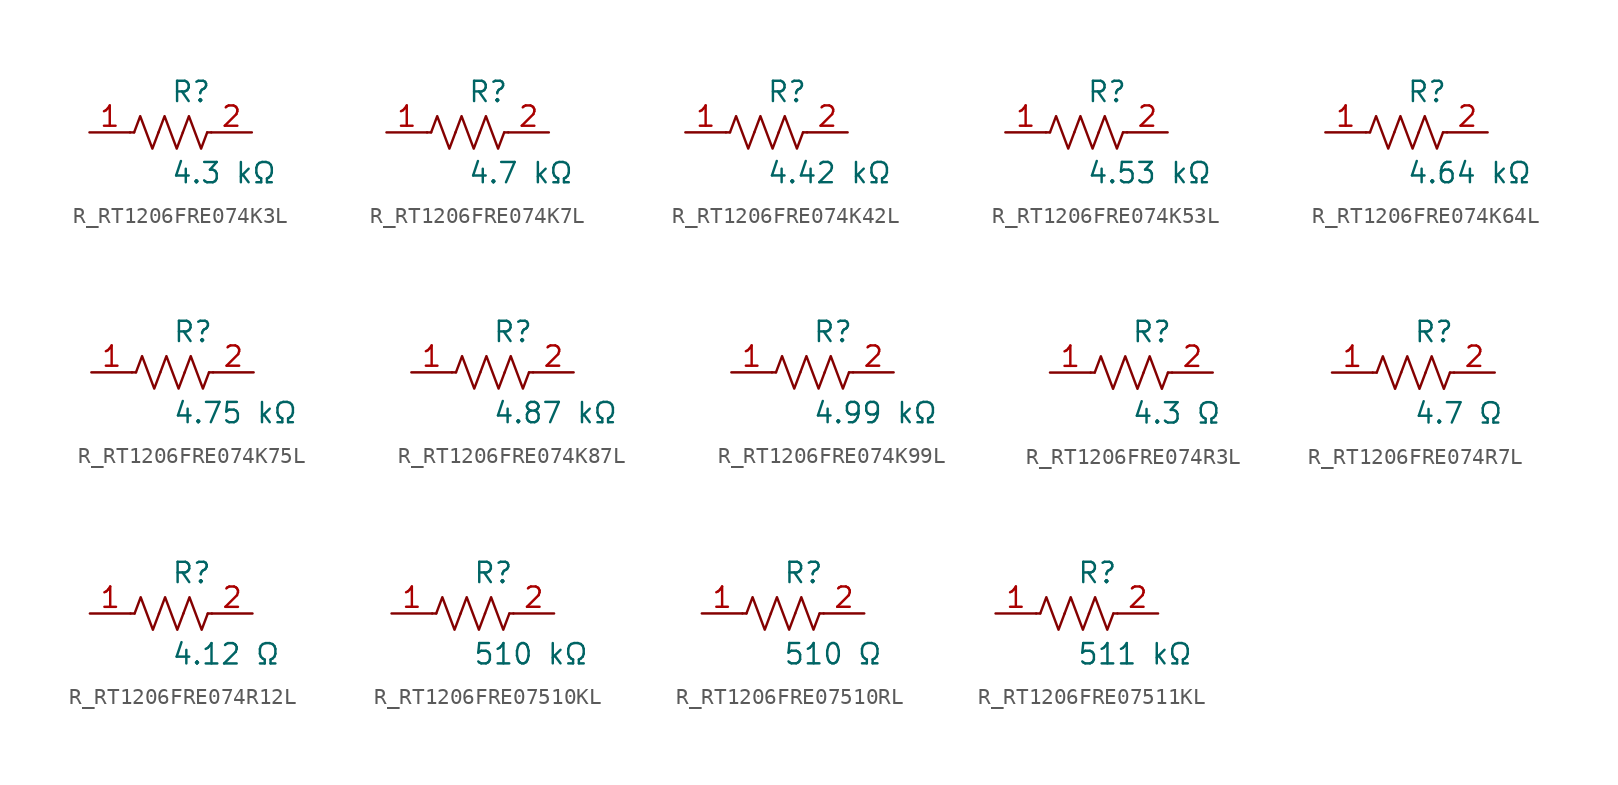
<source format=kicad_sym>
(kicad_symbol_lib
  (version 20231120)
  (generator kicad_symbol_editor)
  (generator_version 8.0)
  (symbol "R_RT1206FRE074K3L"
    (pin_names
      (offset 0.254))
    (property "Reference" "R"
      (at 0 2.54 0)
      (effects (font (size 1.27 1.27)) (justify left)))
    (property "Value" "4.3 kΩ"
      (at 0 -2.54 0)
      (effects (font (size 1.27 1.27)) (justify left)))
    (symbol "R_RT1206FRE074K3L_0_1"
      (polyline (pts (xy 2.286 0) (xy 2.54 0)) (stroke (width 0) (type default)) (fill (type none)))
      (polyline (pts (xy -2.286 0) (xy -2.54 0)) (stroke (width 0) (type default)) (fill (type none)))
      (polyline (pts (xy 0.762 0) (xy 1.143 1.016) (xy 1.524 0) (xy 1.905 -1.016) (xy 2.286 0)) (stroke (width 0) (type default)) (fill (type none)))
      (polyline (pts (xy -0.762 0) (xy -0.381 1.016) (xy 0 0) (xy 0.381 -1.016) (xy 0.762 0)) (stroke (width 0) (type default)) (fill (type none)))
      (polyline (pts (xy -2.286 0) (xy -1.905 1.016) (xy -1.524 0) (xy -1.143 -1.016) (xy -0.762 0)) (stroke (width 0) (type default)) (fill (type none))))
    (pin unspecified line
      (at -5.08 0 0)
      (length 2.54)
      (name "" (effects (font (size 1.27 1.27))))
      (number "1" (effects (font (size 1.27 1.27)))))
    (pin unspecified line
      (at 5.08 0 180)
      (length 2.54)
      (name "" (effects (font (size 1.27 1.27))))
      (number "2" (effects (font (size 1.27 1.27))))))
  (symbol "R_RT1206FRE074K7L"
    (pin_names
      (offset 0.254))
    (property "Reference" "R"
      (at 0 2.54 0)
      (effects (font (size 1.27 1.27)) (justify left)))
    (property "Value" "4.7 kΩ"
      (at 0 -2.54 0)
      (effects (font (size 1.27 1.27)) (justify left)))
    (symbol "R_RT1206FRE074K7L_0_1"
      (polyline (pts (xy 2.286 0) (xy 2.54 0)) (stroke (width 0) (type default)) (fill (type none)))
      (polyline (pts (xy -2.286 0) (xy -2.54 0)) (stroke (width 0) (type default)) (fill (type none)))
      (polyline (pts (xy 0.762 0) (xy 1.143 1.016) (xy 1.524 0) (xy 1.905 -1.016) (xy 2.286 0)) (stroke (width 0) (type default)) (fill (type none)))
      (polyline (pts (xy -0.762 0) (xy -0.381 1.016) (xy 0 0) (xy 0.381 -1.016) (xy 0.762 0)) (stroke (width 0) (type default)) (fill (type none)))
      (polyline (pts (xy -2.286 0) (xy -1.905 1.016) (xy -1.524 0) (xy -1.143 -1.016) (xy -0.762 0)) (stroke (width 0) (type default)) (fill (type none))))
    (pin unspecified line
      (at -5.08 0 0)
      (length 2.54)
      (name "" (effects (font (size 1.27 1.27))))
      (number "1" (effects (font (size 1.27 1.27)))))
    (pin unspecified line
      (at 5.08 0 180)
      (length 2.54)
      (name "" (effects (font (size 1.27 1.27))))
      (number "2" (effects (font (size 1.27 1.27))))))
  (symbol "R_RT1206FRE074K42L"
    (pin_names
      (offset 0.254))
    (property "Reference" "R"
      (at 0 2.54 0)
      (effects (font (size 1.27 1.27)) (justify left)))
    (property "Value" "4.42 kΩ"
      (at 0 -2.54 0)
      (effects (font (size 1.27 1.27)) (justify left)))
    (symbol "R_RT1206FRE074K42L_0_1"
      (polyline (pts (xy 2.286 0) (xy 2.54 0)) (stroke (width 0) (type default)) (fill (type none)))
      (polyline (pts (xy -2.286 0) (xy -2.54 0)) (stroke (width 0) (type default)) (fill (type none)))
      (polyline (pts (xy 0.762 0) (xy 1.143 1.016) (xy 1.524 0) (xy 1.905 -1.016) (xy 2.286 0)) (stroke (width 0) (type default)) (fill (type none)))
      (polyline (pts (xy -0.762 0) (xy -0.381 1.016) (xy 0 0) (xy 0.381 -1.016) (xy 0.762 0)) (stroke (width 0) (type default)) (fill (type none)))
      (polyline (pts (xy -2.286 0) (xy -1.905 1.016) (xy -1.524 0) (xy -1.143 -1.016) (xy -0.762 0)) (stroke (width 0) (type default)) (fill (type none))))
    (pin unspecified line
      (at -5.08 0 0)
      (length 2.54)
      (name "" (effects (font (size 1.27 1.27))))
      (number "1" (effects (font (size 1.27 1.27)))))
    (pin unspecified line
      (at 5.08 0 180)
      (length 2.54)
      (name "" (effects (font (size 1.27 1.27))))
      (number "2" (effects (font (size 1.27 1.27))))))
  (symbol "R_RT1206FRE074K53L"
    (pin_names
      (offset 0.254))
    (property "Reference" "R"
      (at 0 2.54 0)
      (effects (font (size 1.27 1.27)) (justify left)))
    (property "Value" "4.53 kΩ"
      (at 0 -2.54 0)
      (effects (font (size 1.27 1.27)) (justify left)))
    (symbol "R_RT1206FRE074K53L_0_1"
      (polyline (pts (xy 2.286 0) (xy 2.54 0)) (stroke (width 0) (type default)) (fill (type none)))
      (polyline (pts (xy -2.286 0) (xy -2.54 0)) (stroke (width 0) (type default)) (fill (type none)))
      (polyline (pts (xy 0.762 0) (xy 1.143 1.016) (xy 1.524 0) (xy 1.905 -1.016) (xy 2.286 0)) (stroke (width 0) (type default)) (fill (type none)))
      (polyline (pts (xy -0.762 0) (xy -0.381 1.016) (xy 0 0) (xy 0.381 -1.016) (xy 0.762 0)) (stroke (width 0) (type default)) (fill (type none)))
      (polyline (pts (xy -2.286 0) (xy -1.905 1.016) (xy -1.524 0) (xy -1.143 -1.016) (xy -0.762 0)) (stroke (width 0) (type default)) (fill (type none))))
    (pin unspecified line
      (at -5.08 0 0)
      (length 2.54)
      (name "" (effects (font (size 1.27 1.27))))
      (number "1" (effects (font (size 1.27 1.27)))))
    (pin unspecified line
      (at 5.08 0 180)
      (length 2.54)
      (name "" (effects (font (size 1.27 1.27))))
      (number "2" (effects (font (size 1.27 1.27))))))
  (symbol "R_RT1206FRE074K64L"
    (pin_names
      (offset 0.254))
    (property "Reference" "R"
      (at 0 2.54 0)
      (effects (font (size 1.27 1.27)) (justify left)))
    (property "Value" "4.64 kΩ"
      (at 0 -2.54 0)
      (effects (font (size 1.27 1.27)) (justify left)))
    (symbol "R_RT1206FRE074K64L_0_1"
      (polyline (pts (xy 2.286 0) (xy 2.54 0)) (stroke (width 0) (type default)) (fill (type none)))
      (polyline (pts (xy -2.286 0) (xy -2.54 0)) (stroke (width 0) (type default)) (fill (type none)))
      (polyline (pts (xy 0.762 0) (xy 1.143 1.016) (xy 1.524 0) (xy 1.905 -1.016) (xy 2.286 0)) (stroke (width 0) (type default)) (fill (type none)))
      (polyline (pts (xy -0.762 0) (xy -0.381 1.016) (xy 0 0) (xy 0.381 -1.016) (xy 0.762 0)) (stroke (width 0) (type default)) (fill (type none)))
      (polyline (pts (xy -2.286 0) (xy -1.905 1.016) (xy -1.524 0) (xy -1.143 -1.016) (xy -0.762 0)) (stroke (width 0) (type default)) (fill (type none))))
    (pin unspecified line
      (at -5.08 0 0)
      (length 2.54)
      (name "" (effects (font (size 1.27 1.27))))
      (number "1" (effects (font (size 1.27 1.27)))))
    (pin unspecified line
      (at 5.08 0 180)
      (length 2.54)
      (name "" (effects (font (size 1.27 1.27))))
      (number "2" (effects (font (size 1.27 1.27))))))
  (symbol "R_RT1206FRE074K75L"
    (pin_names
      (offset 0.254))
    (property "Reference" "R"
      (at 0 2.54 0)
      (effects (font (size 1.27 1.27)) (justify left)))
    (property "Value" "4.75 kΩ"
      (at 0 -2.54 0)
      (effects (font (size 1.27 1.27)) (justify left)))
    (symbol "R_RT1206FRE074K75L_0_1"
      (polyline (pts (xy 2.286 0) (xy 2.54 0)) (stroke (width 0) (type default)) (fill (type none)))
      (polyline (pts (xy -2.286 0) (xy -2.54 0)) (stroke (width 0) (type default)) (fill (type none)))
      (polyline (pts (xy 0.762 0) (xy 1.143 1.016) (xy 1.524 0) (xy 1.905 -1.016) (xy 2.286 0)) (stroke (width 0) (type default)) (fill (type none)))
      (polyline (pts (xy -0.762 0) (xy -0.381 1.016) (xy 0 0) (xy 0.381 -1.016) (xy 0.762 0)) (stroke (width 0) (type default)) (fill (type none)))
      (polyline (pts (xy -2.286 0) (xy -1.905 1.016) (xy -1.524 0) (xy -1.143 -1.016) (xy -0.762 0)) (stroke (width 0) (type default)) (fill (type none))))
    (pin unspecified line
      (at -5.08 0 0)
      (length 2.54)
      (name "" (effects (font (size 1.27 1.27))))
      (number "1" (effects (font (size 1.27 1.27)))))
    (pin unspecified line
      (at 5.08 0 180)
      (length 2.54)
      (name "" (effects (font (size 1.27 1.27))))
      (number "2" (effects (font (size 1.27 1.27))))))
  (symbol "R_RT1206FRE074K87L"
    (pin_names
      (offset 0.254))
    (property "Reference" "R"
      (at 0 2.54 0)
      (effects (font (size 1.27 1.27)) (justify left)))
    (property "Value" "4.87 kΩ"
      (at 0 -2.54 0)
      (effects (font (size 1.27 1.27)) (justify left)))
    (symbol "R_RT1206FRE074K87L_0_1"
      (polyline (pts (xy 2.286 0) (xy 2.54 0)) (stroke (width 0) (type default)) (fill (type none)))
      (polyline (pts (xy -2.286 0) (xy -2.54 0)) (stroke (width 0) (type default)) (fill (type none)))
      (polyline (pts (xy 0.762 0) (xy 1.143 1.016) (xy 1.524 0) (xy 1.905 -1.016) (xy 2.286 0)) (stroke (width 0) (type default)) (fill (type none)))
      (polyline (pts (xy -0.762 0) (xy -0.381 1.016) (xy 0 0) (xy 0.381 -1.016) (xy 0.762 0)) (stroke (width 0) (type default)) (fill (type none)))
      (polyline (pts (xy -2.286 0) (xy -1.905 1.016) (xy -1.524 0) (xy -1.143 -1.016) (xy -0.762 0)) (stroke (width 0) (type default)) (fill (type none))))
    (pin unspecified line
      (at -5.08 0 0)
      (length 2.54)
      (name "" (effects (font (size 1.27 1.27))))
      (number "1" (effects (font (size 1.27 1.27)))))
    (pin unspecified line
      (at 5.08 0 180)
      (length 2.54)
      (name "" (effects (font (size 1.27 1.27))))
      (number "2" (effects (font (size 1.27 1.27))))))
  (symbol "R_RT1206FRE074K99L"
    (pin_names
      (offset 0.254))
    (property "Reference" "R"
      (at 0 2.54 0)
      (effects (font (size 1.27 1.27)) (justify left)))
    (property "Value" "4.99 kΩ"
      (at 0 -2.54 0)
      (effects (font (size 1.27 1.27)) (justify left)))
    (symbol "R_RT1206FRE074K99L_0_1"
      (polyline (pts (xy 2.286 0) (xy 2.54 0)) (stroke (width 0) (type default)) (fill (type none)))
      (polyline (pts (xy -2.286 0) (xy -2.54 0)) (stroke (width 0) (type default)) (fill (type none)))
      (polyline (pts (xy 0.762 0) (xy 1.143 1.016) (xy 1.524 0) (xy 1.905 -1.016) (xy 2.286 0)) (stroke (width 0) (type default)) (fill (type none)))
      (polyline (pts (xy -0.762 0) (xy -0.381 1.016) (xy 0 0) (xy 0.381 -1.016) (xy 0.762 0)) (stroke (width 0) (type default)) (fill (type none)))
      (polyline (pts (xy -2.286 0) (xy -1.905 1.016) (xy -1.524 0) (xy -1.143 -1.016) (xy -0.762 0)) (stroke (width 0) (type default)) (fill (type none))))
    (pin unspecified line
      (at -5.08 0 0)
      (length 2.54)
      (name "" (effects (font (size 1.27 1.27))))
      (number "1" (effects (font (size 1.27 1.27)))))
    (pin unspecified line
      (at 5.08 0 180)
      (length 2.54)
      (name "" (effects (font (size 1.27 1.27))))
      (number "2" (effects (font (size 1.27 1.27))))))
  (symbol "R_RT1206FRE074R3L"
    (pin_names
      (offset 0.254))
    (property "Reference" "R"
      (at 0 2.54 0)
      (effects (font (size 1.27 1.27)) (justify left)))
    (property "Value" "4.3 Ω"
      (at 0 -2.54 0)
      (effects (font (size 1.27 1.27)) (justify left)))
    (symbol "R_RT1206FRE074R3L_0_1"
      (polyline (pts (xy 2.286 0) (xy 2.54 0)) (stroke (width 0) (type default)) (fill (type none)))
      (polyline (pts (xy -2.286 0) (xy -2.54 0)) (stroke (width 0) (type default)) (fill (type none)))
      (polyline (pts (xy 0.762 0) (xy 1.143 1.016) (xy 1.524 0) (xy 1.905 -1.016) (xy 2.286 0)) (stroke (width 0) (type default)) (fill (type none)))
      (polyline (pts (xy -0.762 0) (xy -0.381 1.016) (xy 0 0) (xy 0.381 -1.016) (xy 0.762 0)) (stroke (width 0) (type default)) (fill (type none)))
      (polyline (pts (xy -2.286 0) (xy -1.905 1.016) (xy -1.524 0) (xy -1.143 -1.016) (xy -0.762 0)) (stroke (width 0) (type default)) (fill (type none))))
    (pin unspecified line
      (at -5.08 0 0)
      (length 2.54)
      (name "" (effects (font (size 1.27 1.27))))
      (number "1" (effects (font (size 1.27 1.27)))))
    (pin unspecified line
      (at 5.08 0 180)
      (length 2.54)
      (name "" (effects (font (size 1.27 1.27))))
      (number "2" (effects (font (size 1.27 1.27))))))
  (symbol "R_RT1206FRE074R7L"
    (pin_names
      (offset 0.254))
    (property "Reference" "R"
      (at 0 2.54 0)
      (effects (font (size 1.27 1.27)) (justify left)))
    (property "Value" "4.7 Ω"
      (at 0 -2.54 0)
      (effects (font (size 1.27 1.27)) (justify left)))
    (symbol "R_RT1206FRE074R7L_0_1"
      (polyline (pts (xy 2.286 0) (xy 2.54 0)) (stroke (width 0) (type default)) (fill (type none)))
      (polyline (pts (xy -2.286 0) (xy -2.54 0)) (stroke (width 0) (type default)) (fill (type none)))
      (polyline (pts (xy 0.762 0) (xy 1.143 1.016) (xy 1.524 0) (xy 1.905 -1.016) (xy 2.286 0)) (stroke (width 0) (type default)) (fill (type none)))
      (polyline (pts (xy -0.762 0) (xy -0.381 1.016) (xy 0 0) (xy 0.381 -1.016) (xy 0.762 0)) (stroke (width 0) (type default)) (fill (type none)))
      (polyline (pts (xy -2.286 0) (xy -1.905 1.016) (xy -1.524 0) (xy -1.143 -1.016) (xy -0.762 0)) (stroke (width 0) (type default)) (fill (type none))))
    (pin unspecified line
      (at -5.08 0 0)
      (length 2.54)
      (name "" (effects (font (size 1.27 1.27))))
      (number "1" (effects (font (size 1.27 1.27)))))
    (pin unspecified line
      (at 5.08 0 180)
      (length 2.54)
      (name "" (effects (font (size 1.27 1.27))))
      (number "2" (effects (font (size 1.27 1.27))))))
  (symbol "R_RT1206FRE074R12L"
    (pin_names
      (offset 0.254))
    (property "Reference" "R"
      (at 0 2.54 0)
      (effects (font (size 1.27 1.27)) (justify left)))
    (property "Value" "4.12 Ω"
      (at 0 -2.54 0)
      (effects (font (size 1.27 1.27)) (justify left)))
    (symbol "R_RT1206FRE074R12L_0_1"
      (polyline (pts (xy 2.286 0) (xy 2.54 0)) (stroke (width 0) (type default)) (fill (type none)))
      (polyline (pts (xy -2.286 0) (xy -2.54 0)) (stroke (width 0) (type default)) (fill (type none)))
      (polyline (pts (xy 0.762 0) (xy 1.143 1.016) (xy 1.524 0) (xy 1.905 -1.016) (xy 2.286 0)) (stroke (width 0) (type default)) (fill (type none)))
      (polyline (pts (xy -0.762 0) (xy -0.381 1.016) (xy 0 0) (xy 0.381 -1.016) (xy 0.762 0)) (stroke (width 0) (type default)) (fill (type none)))
      (polyline (pts (xy -2.286 0) (xy -1.905 1.016) (xy -1.524 0) (xy -1.143 -1.016) (xy -0.762 0)) (stroke (width 0) (type default)) (fill (type none))))
    (pin unspecified line
      (at -5.08 0 0)
      (length 2.54)
      (name "" (effects (font (size 1.27 1.27))))
      (number "1" (effects (font (size 1.27 1.27)))))
    (pin unspecified line
      (at 5.08 0 180)
      (length 2.54)
      (name "" (effects (font (size 1.27 1.27))))
      (number "2" (effects (font (size 1.27 1.27))))))
  (symbol "R_RT1206FRE07510KL"
    (pin_names
      (offset 0.254))
    (property "Reference" "R"
      (at 0 2.54 0)
      (effects (font (size 1.27 1.27)) (justify left)))
    (property "Value" "510 kΩ"
      (at 0 -2.54 0)
      (effects (font (size 1.27 1.27)) (justify left)))
    (symbol "R_RT1206FRE07510KL_0_1"
      (polyline (pts (xy 2.286 0) (xy 2.54 0)) (stroke (width 0) (type default)) (fill (type none)))
      (polyline (pts (xy -2.286 0) (xy -2.54 0)) (stroke (width 0) (type default)) (fill (type none)))
      (polyline (pts (xy 0.762 0) (xy 1.143 1.016) (xy 1.524 0) (xy 1.905 -1.016) (xy 2.286 0)) (stroke (width 0) (type default)) (fill (type none)))
      (polyline (pts (xy -0.762 0) (xy -0.381 1.016) (xy 0 0) (xy 0.381 -1.016) (xy 0.762 0)) (stroke (width 0) (type default)) (fill (type none)))
      (polyline (pts (xy -2.286 0) (xy -1.905 1.016) (xy -1.524 0) (xy -1.143 -1.016) (xy -0.762 0)) (stroke (width 0) (type default)) (fill (type none))))
    (pin unspecified line
      (at -5.08 0 0)
      (length 2.54)
      (name "" (effects (font (size 1.27 1.27))))
      (number "1" (effects (font (size 1.27 1.27)))))
    (pin unspecified line
      (at 5.08 0 180)
      (length 2.54)
      (name "" (effects (font (size 1.27 1.27))))
      (number "2" (effects (font (size 1.27 1.27))))))
  (symbol "R_RT1206FRE07510RL"
    (pin_names
      (offset 0.254))
    (property "Reference" "R"
      (at 0 2.54 0)
      (effects (font (size 1.27 1.27)) (justify left)))
    (property "Value" "510 Ω"
      (at 0 -2.54 0)
      (effects (font (size 1.27 1.27)) (justify left)))
    (symbol "R_RT1206FRE07510RL_0_1"
      (polyline (pts (xy 2.286 0) (xy 2.54 0)) (stroke (width 0) (type default)) (fill (type none)))
      (polyline (pts (xy -2.286 0) (xy -2.54 0)) (stroke (width 0) (type default)) (fill (type none)))
      (polyline (pts (xy 0.762 0) (xy 1.143 1.016) (xy 1.524 0) (xy 1.905 -1.016) (xy 2.286 0)) (stroke (width 0) (type default)) (fill (type none)))
      (polyline (pts (xy -0.762 0) (xy -0.381 1.016) (xy 0 0) (xy 0.381 -1.016) (xy 0.762 0)) (stroke (width 0) (type default)) (fill (type none)))
      (polyline (pts (xy -2.286 0) (xy -1.905 1.016) (xy -1.524 0) (xy -1.143 -1.016) (xy -0.762 0)) (stroke (width 0) (type default)) (fill (type none))))
    (pin unspecified line
      (at -5.08 0 0)
      (length 2.54)
      (name "" (effects (font (size 1.27 1.27))))
      (number "1" (effects (font (size 1.27 1.27)))))
    (pin unspecified line
      (at 5.08 0 180)
      (length 2.54)
      (name "" (effects (font (size 1.27 1.27))))
      (number "2" (effects (font (size 1.27 1.27))))))
  (symbol "R_RT1206FRE07511KL"
    (pin_names
      (offset 0.254))
    (property "Reference" "R"
      (at 0 2.54 0)
      (effects (font (size 1.27 1.27)) (justify left)))
    (property "Value" "511 kΩ"
      (at 0 -2.54 0)
      (effects (font (size 1.27 1.27)) (justify left)))
    (symbol "R_RT1206FRE07511KL_0_1"
      (polyline (pts (xy 2.286 0) (xy 2.54 0)) (stroke (width 0) (type default)) (fill (type none)))
      (polyline (pts (xy -2.286 0) (xy -2.54 0)) (stroke (width 0) (type default)) (fill (type none)))
      (polyline (pts (xy 0.762 0) (xy 1.143 1.016) (xy 1.524 0) (xy 1.905 -1.016) (xy 2.286 0)) (stroke (width 0) (type default)) (fill (type none)))
      (polyline (pts (xy -0.762 0) (xy -0.381 1.016) (xy 0 0) (xy 0.381 -1.016) (xy 0.762 0)) (stroke (width 0) (type default)) (fill (type none)))
      (polyline (pts (xy -2.286 0) (xy -1.905 1.016) (xy -1.524 0) (xy -1.143 -1.016) (xy -0.762 0)) (stroke (width 0) (type default)) (fill (type none))))
    (pin unspecified line
      (at -5.08 0 0)
      (length 2.54)
      (name "" (effects (font (size 1.27 1.27))))
      (number "1" (effects (font (size 1.27 1.27)))))
    (pin unspecified line
      (at 5.08 0 180)
      (length 2.54)
      (name "" (effects (font (size 1.27 1.27))))
      (number "2" (effects (font (size 1.27 1.27)))))))
</source>
